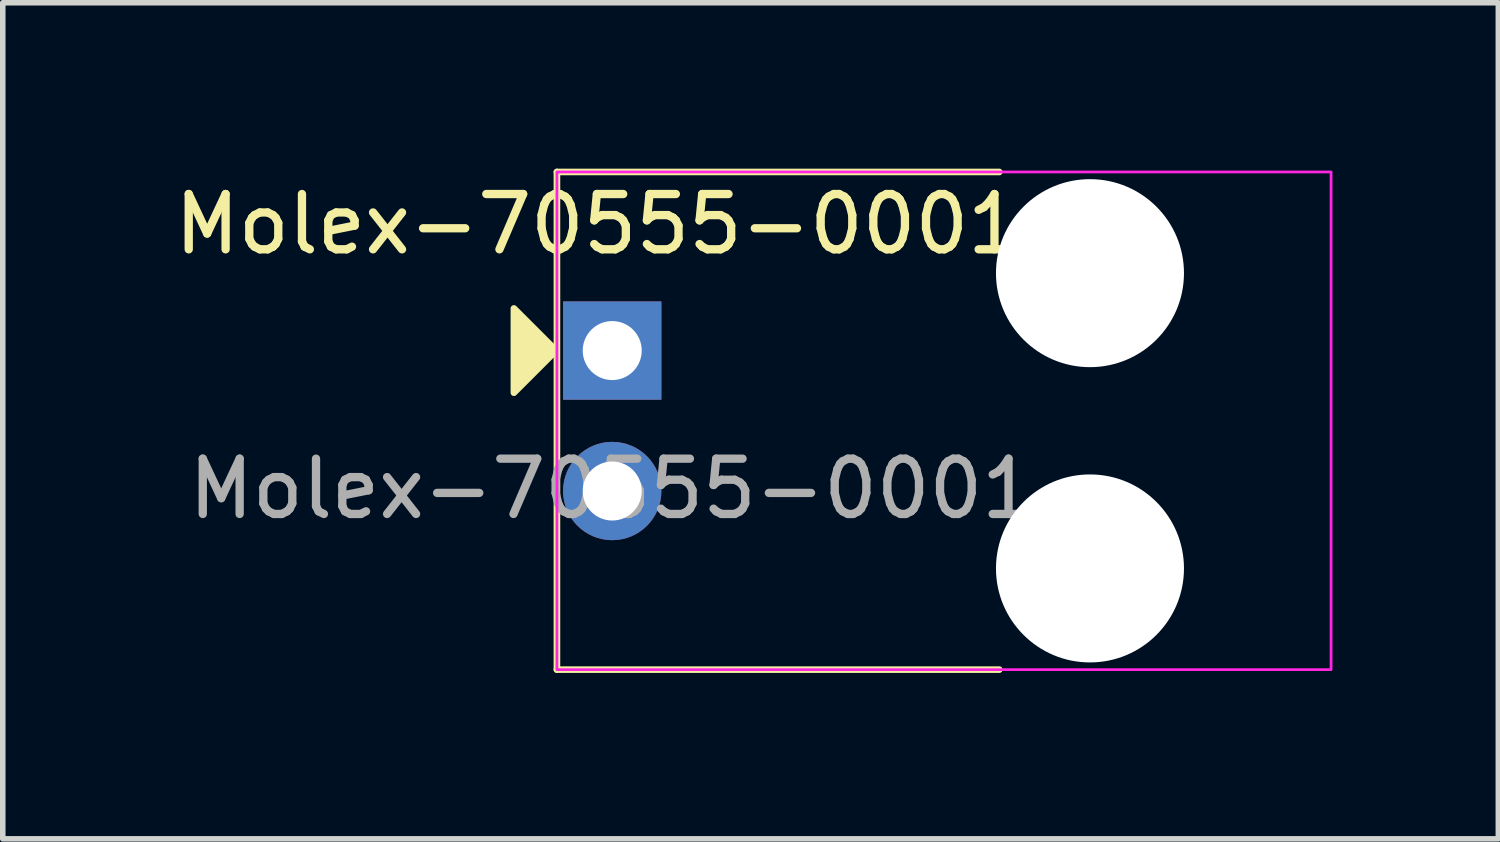
<source format=kicad_pcb>
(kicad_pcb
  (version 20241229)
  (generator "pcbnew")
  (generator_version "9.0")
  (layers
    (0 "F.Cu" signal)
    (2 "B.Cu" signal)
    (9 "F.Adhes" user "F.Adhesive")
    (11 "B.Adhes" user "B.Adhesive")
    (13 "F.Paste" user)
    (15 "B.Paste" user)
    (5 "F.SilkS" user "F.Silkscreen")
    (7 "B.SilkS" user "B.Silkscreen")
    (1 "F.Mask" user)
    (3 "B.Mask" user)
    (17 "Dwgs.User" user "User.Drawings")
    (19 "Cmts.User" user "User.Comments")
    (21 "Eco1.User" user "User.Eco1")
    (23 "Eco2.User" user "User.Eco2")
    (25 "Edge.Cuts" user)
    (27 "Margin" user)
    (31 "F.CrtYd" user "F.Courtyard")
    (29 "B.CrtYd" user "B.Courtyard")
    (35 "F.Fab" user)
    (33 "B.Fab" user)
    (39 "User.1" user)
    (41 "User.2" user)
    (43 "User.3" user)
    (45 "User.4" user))
  (footprint "Molex-70555-0001"
    (layer "F.Cu")
    (at 8.022 4.56)
    (property "Reference" "Molex-70555-0001" (at -0.254 -3.556 0) (unlocked yes) (layer "F.SilkS") (effects (font (size 1 1) (thickness 0.15))))
    (attr through_hole)
    (fp_line (start -1 -4.5) (end -1 4.5) (stroke (width 0.12) (type solid)) (layer "F.SilkS"))
    (fp_line (start -1 4.5) (end 7 4.5) (stroke (width 0.12) (type solid)) (layer "F.SilkS"))
    (fp_line (start 7 -4.5) (end -1 -4.5) (stroke (width 0.12) (type solid)) (layer "F.SilkS"))
    (fp_poly (pts (xy -1.016 -1.27) (xy -1.778 -0.508) (xy -1.778 -2.032)) (stroke (width 0.12) (type solid)) (fill yes) (layer "F.SilkS"))
    (fp_rect (start 13 -4.5) (end -1 4.5) (stroke (width 0.05) (type solid)) (fill no) (layer "F.CrtYd"))
    (fp_text user "${REFERENCE}" (at 0 1.23 0) (unlocked yes) (layer "F.Fab") (effects (font (size 1 1) (thickness 0.15))))
    (pad "" np_thru_hole circle (at 8.64 -2.67) (size 3.4 3.4) (drill 3.4) (layers "*.Cu" "*.Mask"))
    (pad "" np_thru_hole circle (at 8.64 2.67) (size 3.4 3.4) (drill 3.4) (layers "*.Cu" "*.Mask"))
    (pad "1" thru_hole rect (at 0 -1.27) (size 1.778 1.778) (drill 1.067) (layers "*.Cu" "*.Mask"))
    (pad "2" thru_hole circle (at 0 1.27) (size 1.778 1.778) (drill 1.067) (layers "*.Cu" "*.Mask")))
  (gr_rect
    (start -3 -3)
    (end 24.047 12.12)
    (stroke (width 0.1) (type default))
    (fill no)
    (layer "Edge.Cuts")))
</source>
